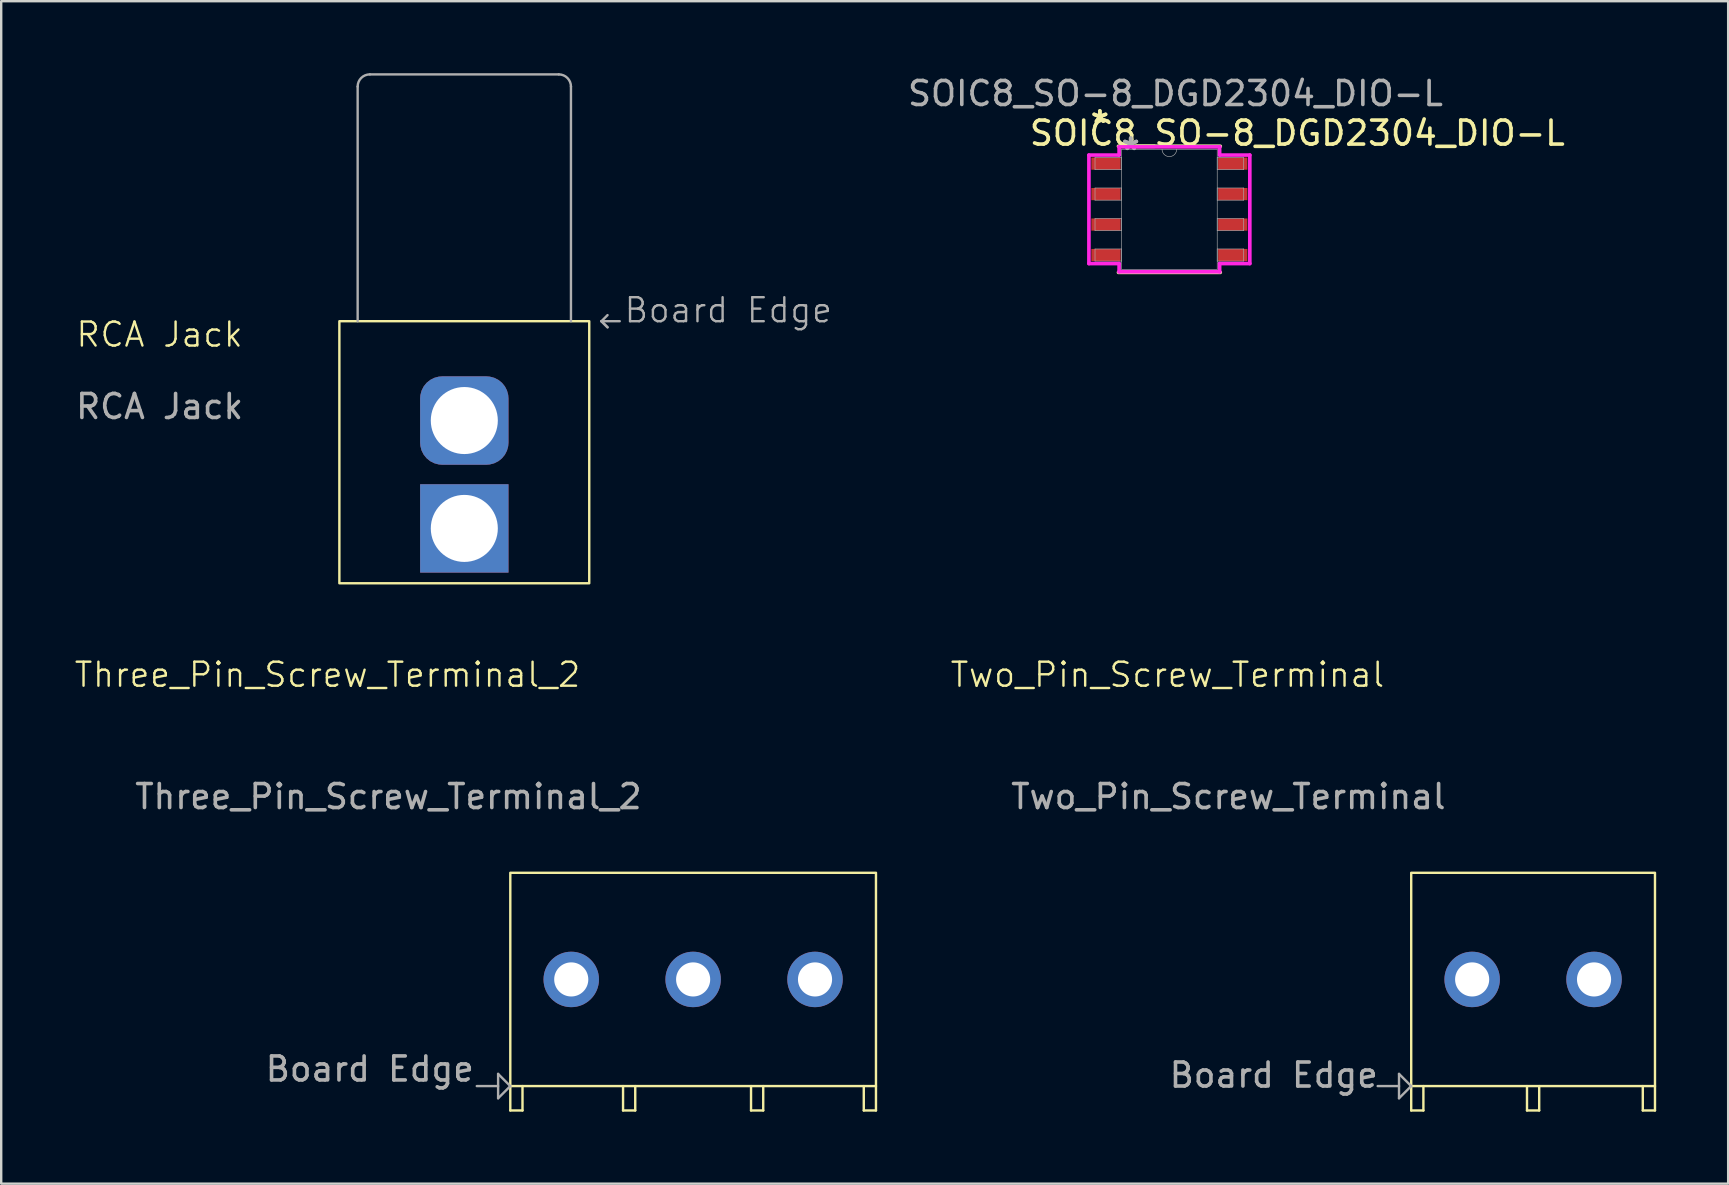
<source format=kicad_pcb>
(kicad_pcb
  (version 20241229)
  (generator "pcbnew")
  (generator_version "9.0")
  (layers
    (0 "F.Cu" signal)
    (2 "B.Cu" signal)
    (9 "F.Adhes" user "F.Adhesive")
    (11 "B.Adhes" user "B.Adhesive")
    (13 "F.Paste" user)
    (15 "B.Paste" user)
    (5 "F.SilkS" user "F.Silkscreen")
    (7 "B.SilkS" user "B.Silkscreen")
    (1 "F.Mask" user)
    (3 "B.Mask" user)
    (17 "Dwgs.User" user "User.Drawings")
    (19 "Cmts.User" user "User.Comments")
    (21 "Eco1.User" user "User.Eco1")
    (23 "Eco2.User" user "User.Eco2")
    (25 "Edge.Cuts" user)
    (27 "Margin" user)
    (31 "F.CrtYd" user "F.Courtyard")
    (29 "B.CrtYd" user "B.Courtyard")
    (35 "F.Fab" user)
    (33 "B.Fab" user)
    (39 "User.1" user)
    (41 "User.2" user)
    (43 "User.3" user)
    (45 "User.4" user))
  (footprint "Three_Pin_Screw_Terminal_2"
    (layer "F.Cu")
    (at 25.838 37.77)
    (property "Reference" "Three_Pin_Screw_Terminal_2" (at -15.24 -12.7 0) (unlocked yes) (layer "F.SilkS") (effects (font (size 1 1) (thickness 0.1))))
    (attr through_hole)
    (fp_line (start -7.62 4.445) (end -7.62 5.461) (stroke (width 0.1) (type default)) (layer "F.SilkS"))
    (fp_line (start -7.62 5.461) (end -7.112 5.461) (stroke (width 0.1) (type default)) (layer "F.SilkS"))
    (fp_line (start -7.112 5.461) (end -7.112 4.445) (stroke (width 0.1) (type default)) (layer "F.SilkS"))
    (fp_line (start -2.921 5.461) (end -2.921 4.445) (stroke (width 0.1) (type default)) (layer "F.SilkS"))
    (fp_line (start -2.921 5.461) (end -2.413 5.461) (stroke (width 0.1) (type default)) (layer "F.SilkS"))
    (fp_line (start -2.413 5.461) (end -2.413 4.445) (stroke (width 0.1) (type default)) (layer "F.SilkS"))
    (fp_line (start 2.413 4.445) (end 2.413 5.461) (stroke (width 0.1) (type default)) (layer "F.SilkS"))
    (fp_line (start 2.413 5.461) (end 2.921 5.461) (stroke (width 0.1) (type default)) (layer "F.SilkS"))
    (fp_line (start 2.921 5.461) (end 2.921 4.445) (stroke (width 0.1) (type default)) (layer "F.SilkS"))
    (fp_line (start 7.112 4.445) (end 7.112 5.461) (stroke (width 0.1) (type default)) (layer "F.SilkS"))
    (fp_line (start 7.112 5.461) (end 7.62 5.461) (stroke (width 0.1) (type default)) (layer "F.SilkS"))
    (fp_line (start 7.62 5.461) (end 7.62 4.445) (stroke (width 0.1) (type default)) (layer "F.SilkS"))
    (fp_rect (start -7.62 -4.445) (end 7.62 4.445) (stroke (width 0.1) (type default)) (fill no) (layer "F.SilkS"))
    (fp_line (start -8.128 3.937) (end -8.128 4.953) (stroke (width 0.1) (type default)) (layer "F.Fab"))
    (fp_line (start -8.128 4.445) (end -9.017 4.445) (stroke (width 0.1) (type default)) (layer "F.Fab"))
    (fp_line (start -8.128 4.953) (end -7.62 4.445) (stroke (width 0.1) (type default)) (layer "F.Fab"))
    (fp_line (start -7.62 4.445) (end -8.128 3.937) (stroke (width 0.1) (type default)) (layer "F.Fab"))
    (fp_text user "${REFERENCE}" (at -12.7 -7.62 0) (unlocked yes) (layer "F.Fab") (effects (font (size 1 1) (thickness 0.15))))
    (fp_text user "Board Edge" (at -17.907 4.318 0) (unlocked yes) (layer "F.Fab") (effects (font (size 1 1) (thickness 0.15)) (justify left bottom)))
    (pad "1" thru_hole circle (at -5.08 0) (size 2.311 2.311) (drill 1.422) (layers "*.Cu" "*.Mask"))
    (pad "2" thru_hole circle (at 0 0) (size 2.311 2.311) (drill 1.422) (layers "*.Cu" "*.Mask"))
    (pad "3" thru_hole circle (at 5.08 0) (size 2.311 2.311) (drill 1.422) (layers "*.Cu" "*.Mask")))
  (footprint "Two_Pin_Screw_Terminal"
    (layer "F.Cu")
    (at 60.845 37.77)
    (property "Reference" "Two_Pin_Screw_Terminal" (at -15.24 -12.7 0) (unlocked yes) (layer "F.SilkS") (effects (font (size 1 1) (thickness 0.1))))
    (attr through_hole)
    (fp_line (start -5.08 4.445) (end -5.08 5.461) (stroke (width 0.1) (type default)) (layer "F.SilkS"))
    (fp_line (start -5.08 5.461) (end -4.572 5.461) (stroke (width 0.1) (type default)) (layer "F.SilkS"))
    (fp_line (start -4.572 5.461) (end -4.572 4.445) (stroke (width 0.1) (type default)) (layer "F.SilkS"))
    (fp_line (start -0.254 4.445) (end -0.254 5.461) (stroke (width 0.1) (type default)) (layer "F.SilkS"))
    (fp_line (start -0.254 5.461) (end 0.254 5.461) (stroke (width 0.1) (type default)) (layer "F.SilkS"))
    (fp_line (start 0.254 5.461) (end 0.254 4.445) (stroke (width 0.1) (type default)) (layer "F.SilkS"))
    (fp_line (start 4.572 4.445) (end 4.572 5.461) (stroke (width 0.1) (type default)) (layer "F.SilkS"))
    (fp_line (start 4.572 5.461) (end 5.08 5.461) (stroke (width 0.1) (type default)) (layer "F.SilkS"))
    (fp_line (start 5.08 5.461) (end 5.08 4.445) (stroke (width 0.1) (type default)) (layer "F.SilkS"))
    (fp_rect (start -5.08 -4.445) (end 5.08 4.445) (stroke (width 0.1) (type default)) (fill no) (layer "F.SilkS"))
    (fp_line (start -5.588 3.937) (end -5.588 4.953) (stroke (width 0.1) (type default)) (layer "F.Fab"))
    (fp_line (start -5.588 4.445) (end -6.477 4.445) (stroke (width 0.1) (type default)) (layer "F.Fab"))
    (fp_line (start -5.588 4.953) (end -5.08 4.445) (stroke (width 0.1) (type default)) (layer "F.Fab"))
    (fp_line (start -5.08 4.445) (end -5.588 3.937) (stroke (width 0.1) (type default)) (layer "F.Fab"))
    (fp_text user "${REFERENCE}" (at -12.7 -7.62 0) (unlocked yes) (layer "F.Fab") (effects (font (size 1 1) (thickness 0.15))))
    (fp_text user "Board Edge" (at -15.24 4.572 0) (unlocked yes) (layer "F.Fab") (effects (font (size 1 1) (thickness 0.15)) (justify left bottom)))
    (pad "1" thru_hole circle (at -2.54 0) (size 2.311 2.311) (drill 1.422) (layers "*.Cu" "*.Mask"))
    (pad "2" thru_hole circle (at 2.54 0) (size 2.311 2.311) (drill 1.422) (layers "*.Cu" "*.Mask")))
  (footprint "RCA Jack"
    (layer "F.Cu")
    (at 16.301 18.973)
    (property "Reference" "RCA Jack" (at -12.7 -8.08 0) (unlocked yes) (layer "F.SilkS") (effects (font (size 1 1) (thickness 0.1))))
    (attr through_hole)
    (fp_rect (start -5.207 -8.636) (end 5.207 2.286) (stroke (width 0.1) (type default)) (fill no) (layer "F.SilkS"))
    (fp_line (start -4.445 -8.636) (end -4.445 -18.415) (stroke (width 0.1) (type default)) (layer "F.Fab"))
    (fp_line (start -3.937 -18.923) (end 3.937 -18.923) (stroke (width 0.1) (type default)) (layer "F.Fab"))
    (fp_line (start 4.445 -18.415) (end 4.445 -8.636) (stroke (width 0.1) (type default)) (layer "F.Fab"))
    (fp_line (start 5.715 -8.636) (end 5.969 -8.89) (stroke (width 0.1) (type default)) (layer "F.Fab"))
    (fp_line (start 5.715 -8.636) (end 5.969 -8.382) (stroke (width 0.1) (type default)) (layer "F.Fab"))
    (fp_line (start 5.715 -8.636) (end 6.477 -8.636) (stroke (width 0.1) (type default)) (layer "F.Fab"))
    (fp_line (start 5.969 -8.382) (end 5.715 -8.636) (stroke (width 0.1) (type default)) (layer "F.Fab"))
    (fp_arc (start -4.445 -18.415) (mid -4.296211 -18.774211) (end -3.937 -18.923) (stroke (width 0.1) (type default)) (layer "F.Fab"))
    (fp_arc (start 3.937 -18.923) (mid 4.296211 -18.774211) (end 4.445 -18.415) (stroke (width 0.1) (type default)) (layer "F.Fab"))
    (fp_text user "${REFERENCE}" (at -12.7 -5.08 0) (unlocked yes) (layer "F.Fab") (effects (font (size 1 1) (thickness 0.15))))
    (fp_text user "Board Edge" (at 6.604 -8.509 0) (unlocked yes) (layer "F.Fab") (effects (font (size 1 1) (thickness 0.1)) (justify left bottom)))
    (pad "1" thru_hole rect (at 0 0) (size 3.683 3.683) (drill 2.794) (layers "*.Cu" "*.Mask"))
    (pad "2" thru_hole roundrect (at 0 -4.496) (size 3.683 3.683) (drill 2.794) (layers "*.Cu" "*.Mask") (roundrect_rratio 0.25)))
  (footprint "SOIC8_SO-8_DGD2304_DIO-L"
    (layer "F.Cu")
    (at 45.686 5.674)
    (property "Reference" "SOIC8_SO-8_DGD2304_DIO-L" (at 5.334 -3.175 0) (unlocked yes) (layer "F.SilkS") (effects (font (size 1 1) (thickness 0.15))))
    (attr smd)
    (fp_line (start -2.121 2.629) (end 2.121 2.629) (stroke (width 0.152) (type solid)) (layer "F.SilkS"))
    (fp_line (start 2.121 -2.629) (end -2.121 -2.629) (stroke (width 0.152) (type solid)) (layer "F.SilkS"))
    (fp_line (start -3.353 -2.261) (end -2.095 -2.261) (stroke (width 0.152) (type solid)) (layer "F.CrtYd"))
    (fp_line (start -3.353 2.261) (end -3.353 -2.261) (stroke (width 0.152) (type solid)) (layer "F.CrtYd"))
    (fp_line (start -3.353 2.261) (end -2.095 2.261) (stroke (width 0.152) (type solid)) (layer "F.CrtYd"))
    (fp_line (start -2.095 -2.603) (end 2.095 -2.603) (stroke (width 0.152) (type solid)) (layer "F.CrtYd"))
    (fp_line (start -2.095 -2.261) (end -2.095 -2.603) (stroke (width 0.152) (type solid)) (layer "F.CrtYd"))
    (fp_line (start -2.095 2.603) (end -2.095 2.261) (stroke (width 0.152) (type solid)) (layer "F.CrtYd"))
    (fp_line (start 2.095 -2.603) (end 2.095 -2.261) (stroke (width 0.152) (type solid)) (layer "F.CrtYd"))
    (fp_line (start 2.095 2.261) (end 2.095 2.603) (stroke (width 0.152) (type solid)) (layer "F.CrtYd"))
    (fp_line (start 2.095 2.603) (end -2.095 2.603) (stroke (width 0.152) (type solid)) (layer "F.CrtYd"))
    (fp_line (start 3.353 -2.261) (end 2.095 -2.261) (stroke (width 0.152) (type solid)) (layer "F.CrtYd"))
    (fp_line (start 3.353 -2.261) (end 3.353 2.261) (stroke (width 0.152) (type solid)) (layer "F.CrtYd"))
    (fp_line (start 3.353 2.261) (end 2.095 2.261) (stroke (width 0.152) (type solid)) (layer "F.CrtYd"))
    (fp_line (start -3.099 -2.159) (end -3.099 -1.651) (stroke (width 0.025) (type solid)) (layer "F.Fab"))
    (fp_line (start -3.099 -1.651) (end -1.994 -1.651) (stroke (width 0.025) (type solid)) (layer "F.Fab"))
    (fp_line (start -3.099 -0.889) (end -3.099 -0.381) (stroke (width 0.025) (type solid)) (layer "F.Fab"))
    (fp_line (start -3.099 -0.381) (end -1.994 -0.381) (stroke (width 0.025) (type solid)) (layer "F.Fab"))
    (fp_line (start -3.099 0.381) (end -3.099 0.889) (stroke (width 0.025) (type solid)) (layer "F.Fab"))
    (fp_line (start -3.099 0.889) (end -1.994 0.889) (stroke (width 0.025) (type solid)) (layer "F.Fab"))
    (fp_line (start -3.099 1.651) (end -3.099 2.159) (stroke (width 0.025) (type solid)) (layer "F.Fab"))
    (fp_line (start -3.099 2.159) (end -1.994 2.159) (stroke (width 0.025) (type solid)) (layer "F.Fab"))
    (fp_line (start -1.994 -2.502) (end -1.994 2.502) (stroke (width 0.025) (type solid)) (layer "F.Fab"))
    (fp_line (start -1.994 -2.159) (end -3.099 -2.159) (stroke (width 0.025) (type solid)) (layer "F.Fab"))
    (fp_line (start -1.994 -1.651) (end -1.994 -2.159) (stroke (width 0.025) (type solid)) (layer "F.Fab"))
    (fp_line (start -1.994 -0.889) (end -3.099 -0.889) (stroke (width 0.025) (type solid)) (layer "F.Fab"))
    (fp_line (start -1.994 -0.381) (end -1.994 -0.889) (stroke (width 0.025) (type solid)) (layer "F.Fab"))
    (fp_line (start -1.994 0.381) (end -3.099 0.381) (stroke (width 0.025) (type solid)) (layer "F.Fab"))
    (fp_line (start -1.994 0.889) (end -1.994 0.381) (stroke (width 0.025) (type solid)) (layer "F.Fab"))
    (fp_line (start -1.994 1.651) (end -3.099 1.651) (stroke (width 0.025) (type solid)) (layer "F.Fab"))
    (fp_line (start -1.994 2.159) (end -1.994 1.651) (stroke (width 0.025) (type solid)) (layer "F.Fab"))
    (fp_line (start -1.994 2.502) (end 1.994 2.502) (stroke (width 0.025) (type solid)) (layer "F.Fab"))
    (fp_line (start 1.994 -2.502) (end -1.994 -2.502) (stroke (width 0.025) (type solid)) (layer "F.Fab"))
    (fp_line (start 1.994 -2.159) (end 1.994 -1.651) (stroke (width 0.025) (type solid)) (layer "F.Fab"))
    (fp_line (start 1.994 -1.651) (end 3.099 -1.651) (stroke (width 0.025) (type solid)) (layer "F.Fab"))
    (fp_line (start 1.994 -0.889) (end 1.994 -0.381) (stroke (width 0.025) (type solid)) (layer "F.Fab"))
    (fp_line (start 1.994 -0.381) (end 3.099 -0.381) (stroke (width 0.025) (type solid)) (layer "F.Fab"))
    (fp_line (start 1.994 0.381) (end 1.994 0.889) (stroke (width 0.025) (type solid)) (layer "F.Fab"))
    (fp_line (start 1.994 0.889) (end 3.099 0.889) (stroke (width 0.025) (type solid)) (layer "F.Fab"))
    (fp_line (start 1.994 1.651) (end 1.994 2.159) (stroke (width 0.025) (type solid)) (layer "F.Fab"))
    (fp_line (start 1.994 2.159) (end 3.099 2.159) (stroke (width 0.025) (type solid)) (layer "F.Fab"))
    (fp_line (start 1.994 2.502) (end 1.994 -2.502) (stroke (width 0.025) (type solid)) (layer "F.Fab"))
    (fp_line (start 3.099 -2.159) (end 1.994 -2.159) (stroke (width 0.025) (type solid)) (layer "F.Fab"))
    (fp_line (start 3.099 -1.651) (end 3.099 -2.159) (stroke (width 0.025) (type solid)) (layer "F.Fab"))
    (fp_line (start 3.099 -0.889) (end 1.994 -0.889) (stroke (width 0.025) (type solid)) (layer "F.Fab"))
    (fp_line (start 3.099 -0.381) (end 3.099 -0.889) (stroke (width 0.025) (type solid)) (layer "F.Fab"))
    (fp_line (start 3.099 0.381) (end 1.994 0.381) (stroke (width 0.025) (type solid)) (layer "F.Fab"))
    (fp_line (start 3.099 0.889) (end 3.099 0.381) (stroke (width 0.025) (type solid)) (layer "F.Fab"))
    (fp_line (start 3.099 1.651) (end 1.994 1.651) (stroke (width 0.025) (type solid)) (layer "F.Fab"))
    (fp_line (start 3.099 2.159) (end 3.099 1.651) (stroke (width 0.025) (type solid)) (layer "F.Fab"))
    (fp_arc (start 0.3048 -2.5019) (mid 0 -2.1971) (end -0.3048 -2.5019) (stroke (width 0.0254) (type solid)) (layer "F.Fab"))
    (fp_text user "*" (at -2.896 -3.556 0) (layer "F.SilkS") (effects (font (size 1 1) (thickness 0.15))))
    (fp_text user "*" (at -2.896 -3.556 0) (unlocked yes) (layer "F.SilkS") (effects (font (size 1 1) (thickness 0.15))))
    (fp_text user "*" (at -1.613 -2.426 0) (layer "F.Fab") (effects (font (size 1 1) (thickness 0.15))))
    (fp_text user "${REFERENCE}" (at 0.254 -4.826 0) (unlocked yes) (layer "F.Fab") (effects (font (size 1 1) (thickness 0.15))))
    (fp_text user "*" (at -1.613 -2.426 0) (unlocked yes) (layer "F.Fab") (effects (font (size 1 1) (thickness 0.15))))
    (pad "1" smd rect (at -2.642 -1.905) (size 1.219 0.508) (layers "F.Cu" "F.Mask" "F.Paste"))
    (pad "2" smd rect (at -2.642 -0.635) (size 1.219 0.508) (layers "F.Cu" "F.Mask" "F.Paste"))
    (pad "3" smd rect (at -2.642 0.635) (size 1.219 0.508) (layers "F.Cu" "F.Mask" "F.Paste"))
    (pad "4" smd rect (at -2.642 1.905) (size 1.219 0.508) (layers "F.Cu" "F.Mask" "F.Paste"))
    (pad "5" smd rect (at 2.642 1.905) (size 1.219 0.508) (layers "F.Cu" "F.Mask" "F.Paste"))
    (pad "6" smd rect (at 2.642 0.635) (size 1.219 0.508) (layers "F.Cu" "F.Mask" "F.Paste"))
    (pad "7" smd rect (at 2.642 -0.635) (size 1.219 0.508) (layers "F.Cu" "F.Mask" "F.Paste"))
    (pad "8" smd rect (at 2.642 -1.905) (size 1.219 0.508) (layers "F.Cu" "F.Mask" "F.Paste")))
  (gr_rect
    (start -3 -3)
    (end 68.975 46.281)
    (stroke (width 0.1) (type default))
    (fill no)
    (layer "Edge.Cuts")))
</source>
